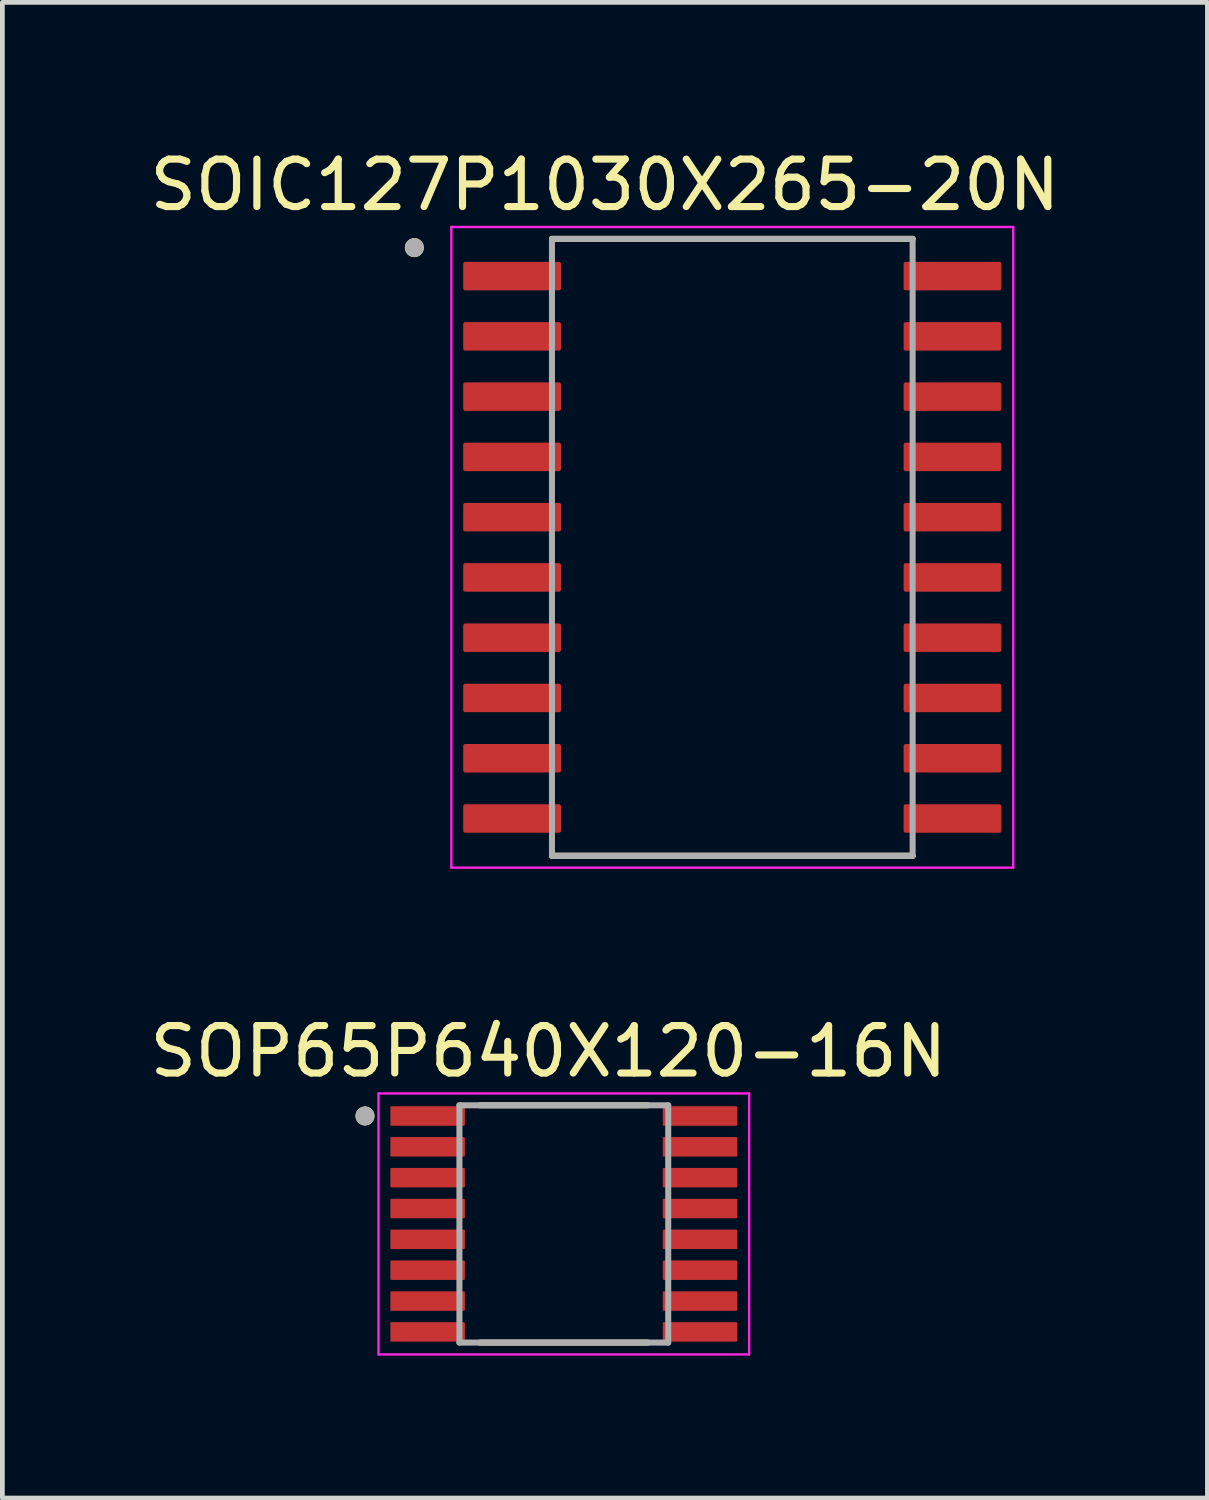
<source format=kicad_pcb>
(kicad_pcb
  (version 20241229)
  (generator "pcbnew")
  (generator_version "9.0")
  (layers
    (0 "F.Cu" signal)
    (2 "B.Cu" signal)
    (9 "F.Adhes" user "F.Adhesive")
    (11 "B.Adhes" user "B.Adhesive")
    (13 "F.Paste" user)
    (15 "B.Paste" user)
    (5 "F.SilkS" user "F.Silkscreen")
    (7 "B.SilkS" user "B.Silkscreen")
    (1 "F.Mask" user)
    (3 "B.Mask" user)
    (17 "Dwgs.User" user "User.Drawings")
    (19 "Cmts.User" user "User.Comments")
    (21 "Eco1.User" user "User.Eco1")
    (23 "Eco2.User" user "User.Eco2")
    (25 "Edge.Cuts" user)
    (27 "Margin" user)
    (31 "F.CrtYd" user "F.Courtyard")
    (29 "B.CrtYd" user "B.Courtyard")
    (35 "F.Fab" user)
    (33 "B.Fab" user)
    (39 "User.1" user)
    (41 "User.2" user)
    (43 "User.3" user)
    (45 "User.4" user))
  (footprint "SOP65P640X120-16N"
    (layer "F.Cu")
    (at 8.831 22.741)
    (property "Reference" "SOP65P640X120-16N" (at -0.325 -3.635 0) (layer "F.SilkS") (effects (font (size 1 1) (thickness 0.15))))
    (attr smd)
    (fp_line (start -1.765 -2.5) (end 1.765 -2.5) (stroke (width 0.127) (type solid)) (layer "F.SilkS"))
    (fp_line (start 1.765 2.5) (end -1.765 2.5) (stroke (width 0.127) (type solid)) (layer "F.SilkS"))
    (fp_circle (center -4.19 -2.275) (end -4.09 -2.275) (stroke (width 0.2) (type solid)) (fill no) (layer "F.SilkS"))
    (fp_line (start -3.905 -2.75) (end -3.905 2.75) (stroke (width 0.05) (type solid)) (layer "F.CrtYd"))
    (fp_line (start -3.905 -2.75) (end 3.905 -2.75) (stroke (width 0.05) (type solid)) (layer "F.CrtYd"))
    (fp_line (start -3.905 2.75) (end 3.905 2.75) (stroke (width 0.05) (type solid)) (layer "F.CrtYd"))
    (fp_line (start 3.905 -2.75) (end 3.905 2.75) (stroke (width 0.05) (type solid)) (layer "F.CrtYd"))
    (fp_line (start -2.2 -2.5) (end -2.2 2.5) (stroke (width 0.127) (type solid)) (layer "F.Fab"))
    (fp_line (start -2.2 -2.5) (end 2.2 -2.5) (stroke (width 0.127) (type solid)) (layer "F.Fab"))
    (fp_line (start -2.2 2.5) (end 2.2 2.5) (stroke (width 0.127) (type solid)) (layer "F.Fab"))
    (fp_line (start 2.2 -2.5) (end 2.2 2.5) (stroke (width 0.127) (type solid)) (layer "F.Fab"))
    (fp_circle (center -4.19 -2.275) (end -4.09 -2.275) (stroke (width 0.2) (type solid)) (fill no) (layer "F.Fab"))
    (pad "1" smd roundrect (at -2.87 -2.275) (size 1.57 0.41) (layers "F.Cu" "F.Mask" "F.Paste") (roundrect_rratio 0.05))
    (pad "2" smd roundrect (at -2.87 -1.625) (size 1.57 0.41) (layers "F.Cu" "F.Mask" "F.Paste") (roundrect_rratio 0.05))
    (pad "3" smd roundrect (at -2.87 -0.975) (size 1.57 0.41) (layers "F.Cu" "F.Mask" "F.Paste") (roundrect_rratio 0.05))
    (pad "4" smd roundrect (at -2.87 -0.325) (size 1.57 0.41) (layers "F.Cu" "F.Mask" "F.Paste") (roundrect_rratio 0.05))
    (pad "5" smd roundrect (at -2.87 0.325) (size 1.57 0.41) (layers "F.Cu" "F.Mask" "F.Paste") (roundrect_rratio 0.05))
    (pad "6" smd roundrect (at -2.87 0.975) (size 1.57 0.41) (layers "F.Cu" "F.Mask" "F.Paste") (roundrect_rratio 0.05))
    (pad "7" smd roundrect (at -2.87 1.625) (size 1.57 0.41) (layers "F.Cu" "F.Mask" "F.Paste") (roundrect_rratio 0.05))
    (pad "8" smd roundrect (at -2.87 2.275) (size 1.57 0.41) (layers "F.Cu" "F.Mask" "F.Paste") (roundrect_rratio 0.05))
    (pad "9" smd roundrect (at 2.87 2.275) (size 1.57 0.41) (layers "F.Cu" "F.Mask" "F.Paste") (roundrect_rratio 0.05))
    (pad "10" smd roundrect (at 2.87 1.625) (size 1.57 0.41) (layers "F.Cu" "F.Mask" "F.Paste") (roundrect_rratio 0.05))
    (pad "11" smd roundrect (at 2.87 0.975) (size 1.57 0.41) (layers "F.Cu" "F.Mask" "F.Paste") (roundrect_rratio 0.05))
    (pad "12" smd roundrect (at 2.87 0.325) (size 1.57 0.41) (layers "F.Cu" "F.Mask" "F.Paste") (roundrect_rratio 0.05))
    (pad "13" smd roundrect (at 2.87 -0.325) (size 1.57 0.41) (layers "F.Cu" "F.Mask" "F.Paste") (roundrect_rratio 0.05))
    (pad "14" smd roundrect (at 2.87 -0.975) (size 1.57 0.41) (layers "F.Cu" "F.Mask" "F.Paste") (roundrect_rratio 0.05))
    (pad "15" smd roundrect (at 2.87 -1.625) (size 1.57 0.41) (layers "F.Cu" "F.Mask" "F.Paste") (roundrect_rratio 0.05))
    (pad "16" smd roundrect (at 2.87 -2.275) (size 1.57 0.41) (layers "F.Cu" "F.Mask" "F.Paste") (roundrect_rratio 0.05)))
  (footprint "SOIC127P1030X265-20N"
    (layer "F.Cu")
    (at 12.381 8.483)
    (property "Reference" "SOIC127P1030X265-20N" (at -2.685 -7.635 0) (layer "F.SilkS") (effects (font (size 1 1) (thickness 0.15))))
    (attr smd)
    (fp_line (start -3.8 -6.5) (end 3.8 -6.5) (stroke (width 0.127) (type solid)) (layer "F.SilkS"))
    (fp_line (start -3.8 6.5) (end 3.8 6.5) (stroke (width 0.127) (type solid)) (layer "F.SilkS"))
    (fp_circle (center -6.7 -6.315) (end -6.6 -6.315) (stroke (width 0.2) (type solid)) (fill no) (layer "F.SilkS"))
    (fp_line (start -5.92 -6.75) (end -5.92 6.75) (stroke (width 0.05) (type solid)) (layer "F.CrtYd"))
    (fp_line (start -5.92 -6.75) (end 5.92 -6.75) (stroke (width 0.05) (type solid)) (layer "F.CrtYd"))
    (fp_line (start -5.92 6.75) (end 5.92 6.75) (stroke (width 0.05) (type solid)) (layer "F.CrtYd"))
    (fp_line (start 5.92 -6.75) (end 5.92 6.75) (stroke (width 0.05) (type solid)) (layer "F.CrtYd"))
    (fp_line (start -3.8 -6.5) (end -3.8 6.5) (stroke (width 0.127) (type solid)) (layer "F.Fab"))
    (fp_line (start -3.8 -6.5) (end 3.8 -6.5) (stroke (width 0.127) (type solid)) (layer "F.Fab"))
    (fp_line (start -3.8 6.5) (end 3.8 6.5) (stroke (width 0.127) (type solid)) (layer "F.Fab"))
    (fp_line (start 3.8 -6.5) (end 3.8 6.5) (stroke (width 0.127) (type solid)) (layer "F.Fab"))
    (fp_circle (center -6.7 -6.315) (end -6.6 -6.315) (stroke (width 0.2) (type solid)) (fill no) (layer "F.Fab"))
    (pad "1" smd roundrect (at -4.64 -5.715) (size 2.06 0.6) (layers "F.Cu" "F.Mask" "F.Paste") (roundrect_rratio 0.07))
    (pad "2" smd roundrect (at -4.64 -4.445) (size 2.06 0.6) (layers "F.Cu" "F.Mask" "F.Paste") (roundrect_rratio 0.07))
    (pad "3" smd roundrect (at -4.64 -3.175) (size 2.06 0.6) (layers "F.Cu" "F.Mask" "F.Paste") (roundrect_rratio 0.07))
    (pad "4" smd roundrect (at -4.64 -1.905) (size 2.06 0.6) (layers "F.Cu" "F.Mask" "F.Paste") (roundrect_rratio 0.07))
    (pad "5" smd roundrect (at -4.64 -0.635) (size 2.06 0.6) (layers "F.Cu" "F.Mask" "F.Paste") (roundrect_rratio 0.07))
    (pad "6" smd roundrect (at -4.64 0.635) (size 2.06 0.6) (layers "F.Cu" "F.Mask" "F.Paste") (roundrect_rratio 0.07))
    (pad "7" smd roundrect (at -4.64 1.905) (size 2.06 0.6) (layers "F.Cu" "F.Mask" "F.Paste") (roundrect_rratio 0.07))
    (pad "8" smd roundrect (at -4.64 3.175) (size 2.06 0.6) (layers "F.Cu" "F.Mask" "F.Paste") (roundrect_rratio 0.07))
    (pad "9" smd roundrect (at -4.64 4.445) (size 2.06 0.6) (layers "F.Cu" "F.Mask" "F.Paste") (roundrect_rratio 0.07))
    (pad "10" smd roundrect (at -4.64 5.715) (size 2.06 0.6) (layers "F.Cu" "F.Mask" "F.Paste") (roundrect_rratio 0.07))
    (pad "11" smd roundrect (at 4.64 5.715) (size 2.06 0.6) (layers "F.Cu" "F.Mask" "F.Paste") (roundrect_rratio 0.07))
    (pad "12" smd roundrect (at 4.64 4.445) (size 2.06 0.6) (layers "F.Cu" "F.Mask" "F.Paste") (roundrect_rratio 0.07))
    (pad "13" smd roundrect (at 4.64 3.175) (size 2.06 0.6) (layers "F.Cu" "F.Mask" "F.Paste") (roundrect_rratio 0.07))
    (pad "14" smd roundrect (at 4.64 1.905) (size 2.06 0.6) (layers "F.Cu" "F.Mask" "F.Paste") (roundrect_rratio 0.07))
    (pad "15" smd roundrect (at 4.64 0.635) (size 2.06 0.6) (layers "F.Cu" "F.Mask" "F.Paste") (roundrect_rratio 0.07))
    (pad "16" smd roundrect (at 4.64 -0.635) (size 2.06 0.6) (layers "F.Cu" "F.Mask" "F.Paste") (roundrect_rratio 0.07))
    (pad "17" smd roundrect (at 4.64 -1.905) (size 2.06 0.6) (layers "F.Cu" "F.Mask" "F.Paste") (roundrect_rratio 0.07))
    (pad "18" smd roundrect (at 4.64 -3.175) (size 2.06 0.6) (layers "F.Cu" "F.Mask" "F.Paste") (roundrect_rratio 0.07))
    (pad "19" smd roundrect (at 4.64 -4.445) (size 2.06 0.6) (layers "F.Cu" "F.Mask" "F.Paste") (roundrect_rratio 0.07))
    (pad "20" smd roundrect (at 4.64 -5.715) (size 2.06 0.6) (layers "F.Cu" "F.Mask" "F.Paste") (roundrect_rratio 0.07)))
  (gr_rect
    (start -3 -3)
    (end 22.393 28.517)
    (stroke (width 0.1) (type default))
    (fill no)
    (layer "Edge.Cuts")))
</source>
